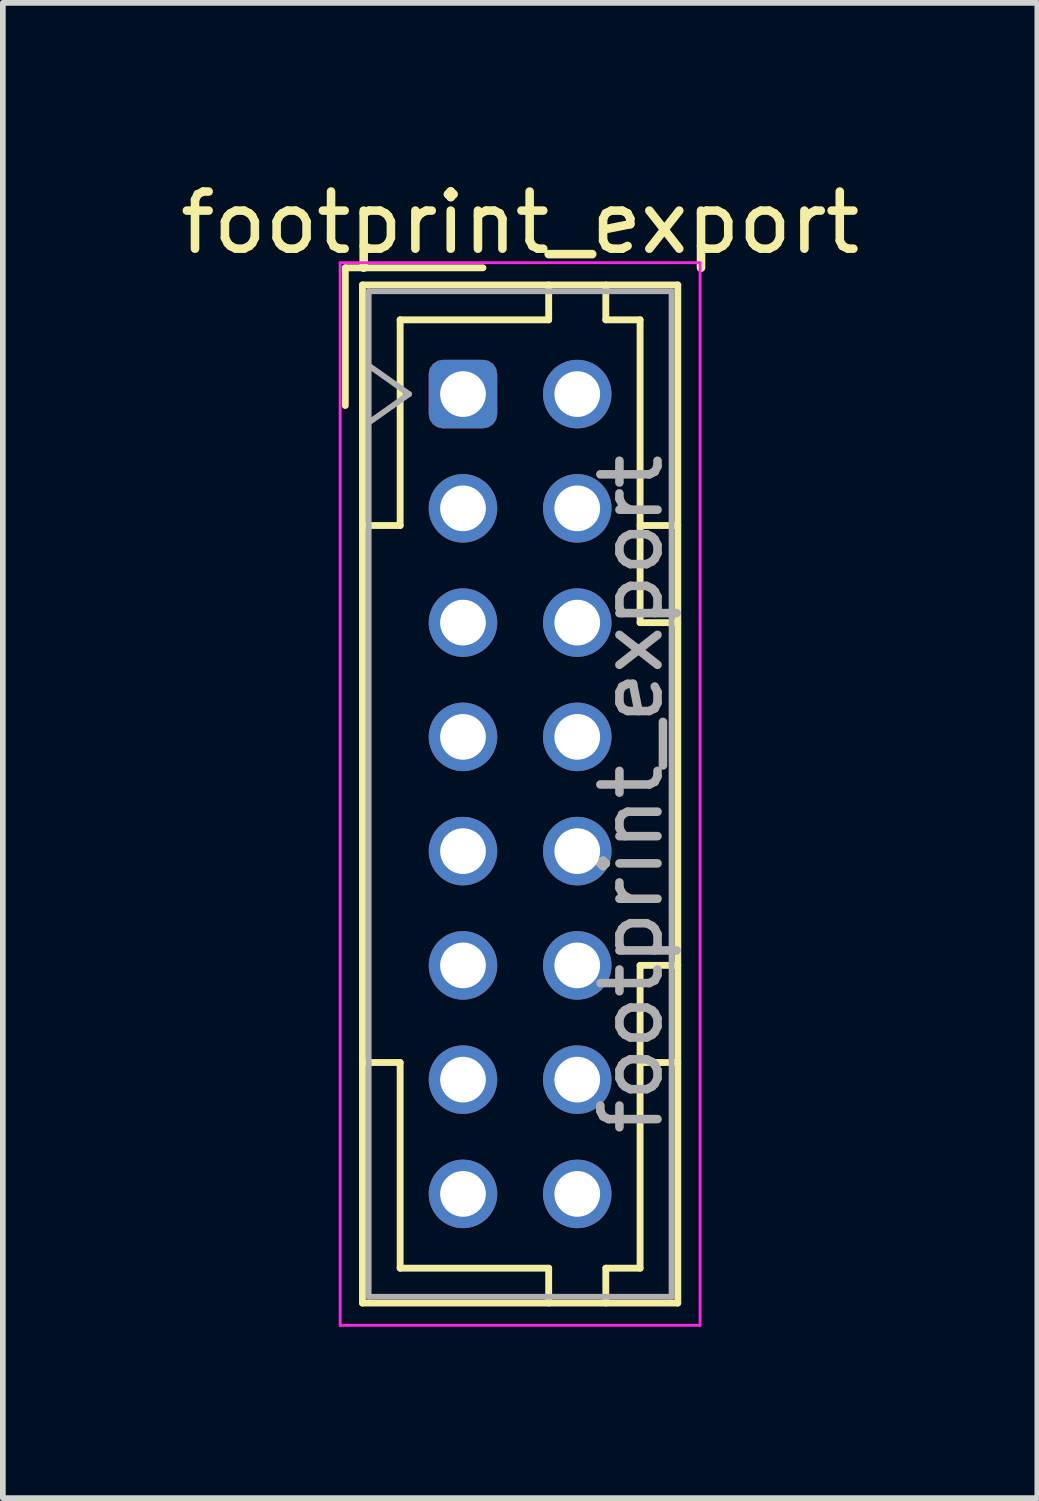
<source format=kicad_pcb>
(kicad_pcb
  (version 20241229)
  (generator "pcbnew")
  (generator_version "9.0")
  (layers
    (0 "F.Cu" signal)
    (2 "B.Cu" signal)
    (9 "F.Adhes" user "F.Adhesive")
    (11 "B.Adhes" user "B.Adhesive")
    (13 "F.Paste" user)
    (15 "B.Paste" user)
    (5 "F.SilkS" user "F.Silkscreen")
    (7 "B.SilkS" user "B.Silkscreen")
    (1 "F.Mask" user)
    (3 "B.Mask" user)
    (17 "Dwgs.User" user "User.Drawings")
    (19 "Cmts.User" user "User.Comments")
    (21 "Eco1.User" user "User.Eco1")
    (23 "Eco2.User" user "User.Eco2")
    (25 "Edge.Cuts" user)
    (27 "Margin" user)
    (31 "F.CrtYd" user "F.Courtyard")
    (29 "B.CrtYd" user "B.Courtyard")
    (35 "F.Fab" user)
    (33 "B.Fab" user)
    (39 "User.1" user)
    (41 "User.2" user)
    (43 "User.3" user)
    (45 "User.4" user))
  (footprint "footprint_export"
    (layer "F.Cu")
    (at 5.054 3.848)
    (property "Reference" "footprint_export" (at 1 -3 0) (layer "F.SilkS") (effects (font (size 1 1) (thickness 0.15))))
    (attr through_hole)
    (fp_line (start -2.06 -2.21) (end -2.06 0.2) (stroke (width 0.12) (type solid)) (layer "F.SilkS"))
    (fp_line (start -1.76 -1.91) (end -1.76 15.91) (stroke (width 0.12) (type solid)) (layer "F.SilkS"))
    (fp_line (start -1.76 15.91) (end 3.76 15.91) (stroke (width 0.12) (type solid)) (layer "F.SilkS"))
    (fp_line (start -1.1 -1.3) (end -1.1 2.3) (stroke (width 0.12) (type solid)) (layer "F.SilkS"))
    (fp_line (start -1.1 2.3) (end -1.76 2.3) (stroke (width 0.12) (type solid)) (layer "F.SilkS"))
    (fp_line (start -1.1 11.7) (end -1.76 11.7) (stroke (width 0.12) (type solid)) (layer "F.SilkS"))
    (fp_line (start -1.1 15.3) (end -1.1 11.7) (stroke (width 0.12) (type solid)) (layer "F.SilkS"))
    (fp_line (start 0.35 -2.21) (end -2.06 -2.21) (stroke (width 0.12) (type solid)) (layer "F.SilkS"))
    (fp_line (start 1.5 -1.91) (end 1.5 -1.3) (stroke (width 0.12) (type solid)) (layer "F.SilkS"))
    (fp_line (start 1.5 -1.3) (end -1.1 -1.3) (stroke (width 0.12) (type solid)) (layer "F.SilkS"))
    (fp_line (start 1.5 15.3) (end -1.1 15.3) (stroke (width 0.12) (type solid)) (layer "F.SilkS"))
    (fp_line (start 1.5 15.91) (end 1.5 15.3) (stroke (width 0.12) (type solid)) (layer "F.SilkS"))
    (fp_line (start 2.5 -1.91) (end 2.5 -1.3) (stroke (width 0.12) (type solid)) (layer "F.SilkS"))
    (fp_line (start 2.5 -1.3) (end 3.1 -1.3) (stroke (width 0.12) (type solid)) (layer "F.SilkS"))
    (fp_line (start 2.5 15.3) (end 3.1 15.3) (stroke (width 0.12) (type solid)) (layer "F.SilkS"))
    (fp_line (start 2.5 15.91) (end 2.5 15.3) (stroke (width 0.12) (type solid)) (layer "F.SilkS"))
    (fp_line (start 3.1 -1.3) (end 3.1 4) (stroke (width 0.12) (type solid)) (layer "F.SilkS"))
    (fp_line (start 3.1 4) (end 3.76 4) (stroke (width 0.12) (type solid)) (layer "F.SilkS"))
    (fp_line (start 3.1 10) (end 3.76 10) (stroke (width 0.12) (type solid)) (layer "F.SilkS"))
    (fp_line (start 3.1 15.3) (end 3.1 10) (stroke (width 0.12) (type solid)) (layer "F.SilkS"))
    (fp_line (start 3.76 -1.91) (end -1.76 -1.91) (stroke (width 0.12) (type solid)) (layer "F.SilkS"))
    (fp_line (start 3.76 2.3) (end 3.1 2.3) (stroke (width 0.12) (type solid)) (layer "F.SilkS"))
    (fp_line (start 3.76 11.7) (end 3.1 11.7) (stroke (width 0.12) (type solid)) (layer "F.SilkS"))
    (fp_line (start 3.76 15.91) (end 3.76 -1.91) (stroke (width 0.12) (type solid)) (layer "F.SilkS"))
    (fp_line (start -2.15 -2.3) (end -2.15 16.3) (stroke (width 0.05) (type solid)) (layer "F.CrtYd"))
    (fp_line (start -2.15 16.3) (end 4.15 16.3) (stroke (width 0.05) (type solid)) (layer "F.CrtYd"))
    (fp_line (start 4.15 -2.3) (end -2.15 -2.3) (stroke (width 0.05) (type solid)) (layer "F.CrtYd"))
    (fp_line (start 4.15 16.3) (end 4.15 -2.3) (stroke (width 0.05) (type solid)) (layer "F.CrtYd"))
    (fp_line (start -1.65 -1.8) (end -1.65 15.8) (stroke (width 0.1) (type solid)) (layer "F.Fab"))
    (fp_line (start -1.65 0.5) (end -0.943 0) (stroke (width 0.1) (type solid)) (layer "F.Fab"))
    (fp_line (start -1.65 15.8) (end 3.65 15.8) (stroke (width 0.1) (type solid)) (layer "F.Fab"))
    (fp_line (start -0.943 0) (end -1.65 -0.5) (stroke (width 0.1) (type solid)) (layer "F.Fab"))
    (fp_line (start 3.65 -1.8) (end -1.65 -1.8) (stroke (width 0.1) (type solid)) (layer "F.Fab"))
    (fp_line (start 3.65 15.8) (end 3.65 -1.8) (stroke (width 0.1) (type solid)) (layer "F.Fab"))
    (fp_text user "${REFERENCE}" (at 2.95 7 90) (layer "F.Fab") (effects (font (size 1 1) (thickness 0.15))))
    (pad "a1" thru_hole roundrect (at 0 0) (size 1.2 1.2) (drill 0.8) (layers "*.Cu" "*.Mask") (roundrect_rratio 0.208))
    (pad "a2" thru_hole circle (at 0 2) (size 1.2 1.2) (drill 0.8) (layers "*.Cu" "*.Mask"))
    (pad "a3" thru_hole circle (at 0 4) (size 1.2 1.2) (drill 0.8) (layers "*.Cu" "*.Mask"))
    (pad "a4" thru_hole circle (at 0 6) (size 1.2 1.2) (drill 0.8) (layers "*.Cu" "*.Mask"))
    (pad "a5" thru_hole circle (at 0 8) (size 1.2 1.2) (drill 0.8) (layers "*.Cu" "*.Mask"))
    (pad "a6" thru_hole circle (at 0 10) (size 1.2 1.2) (drill 0.8) (layers "*.Cu" "*.Mask"))
    (pad "a7" thru_hole circle (at 0 12) (size 1.2 1.2) (drill 0.8) (layers "*.Cu" "*.Mask"))
    (pad "a8" thru_hole circle (at 0 14) (size 1.2 1.2) (drill 0.8) (layers "*.Cu" "*.Mask"))
    (pad "b1" thru_hole circle (at 2 0) (size 1.2 1.2) (drill 0.8) (layers "*.Cu" "*.Mask"))
    (pad "b2" thru_hole circle (at 2 2) (size 1.2 1.2) (drill 0.8) (layers "*.Cu" "*.Mask"))
    (pad "b3" thru_hole circle (at 2 4) (size 1.2 1.2) (drill 0.8) (layers "*.Cu" "*.Mask"))
    (pad "b4" thru_hole circle (at 2 6) (size 1.2 1.2) (drill 0.8) (layers "*.Cu" "*.Mask"))
    (pad "b5" thru_hole circle (at 2 8) (size 1.2 1.2) (drill 0.8) (layers "*.Cu" "*.Mask"))
    (pad "b6" thru_hole circle (at 2 10) (size 1.2 1.2) (drill 0.8) (layers "*.Cu" "*.Mask"))
    (pad "b7" thru_hole circle (at 2 12) (size 1.2 1.2) (drill 0.8) (layers "*.Cu" "*.Mask"))
    (pad "b8" thru_hole circle (at 2 14) (size 1.2 1.2) (drill 0.8) (layers "*.Cu" "*.Mask")))
  (gr_rect
    (start -3 -3)
    (end 15.107 23.173)
    (stroke (width 0.1) (type default))
    (fill no)
    (layer "Edge.Cuts")))
</source>
